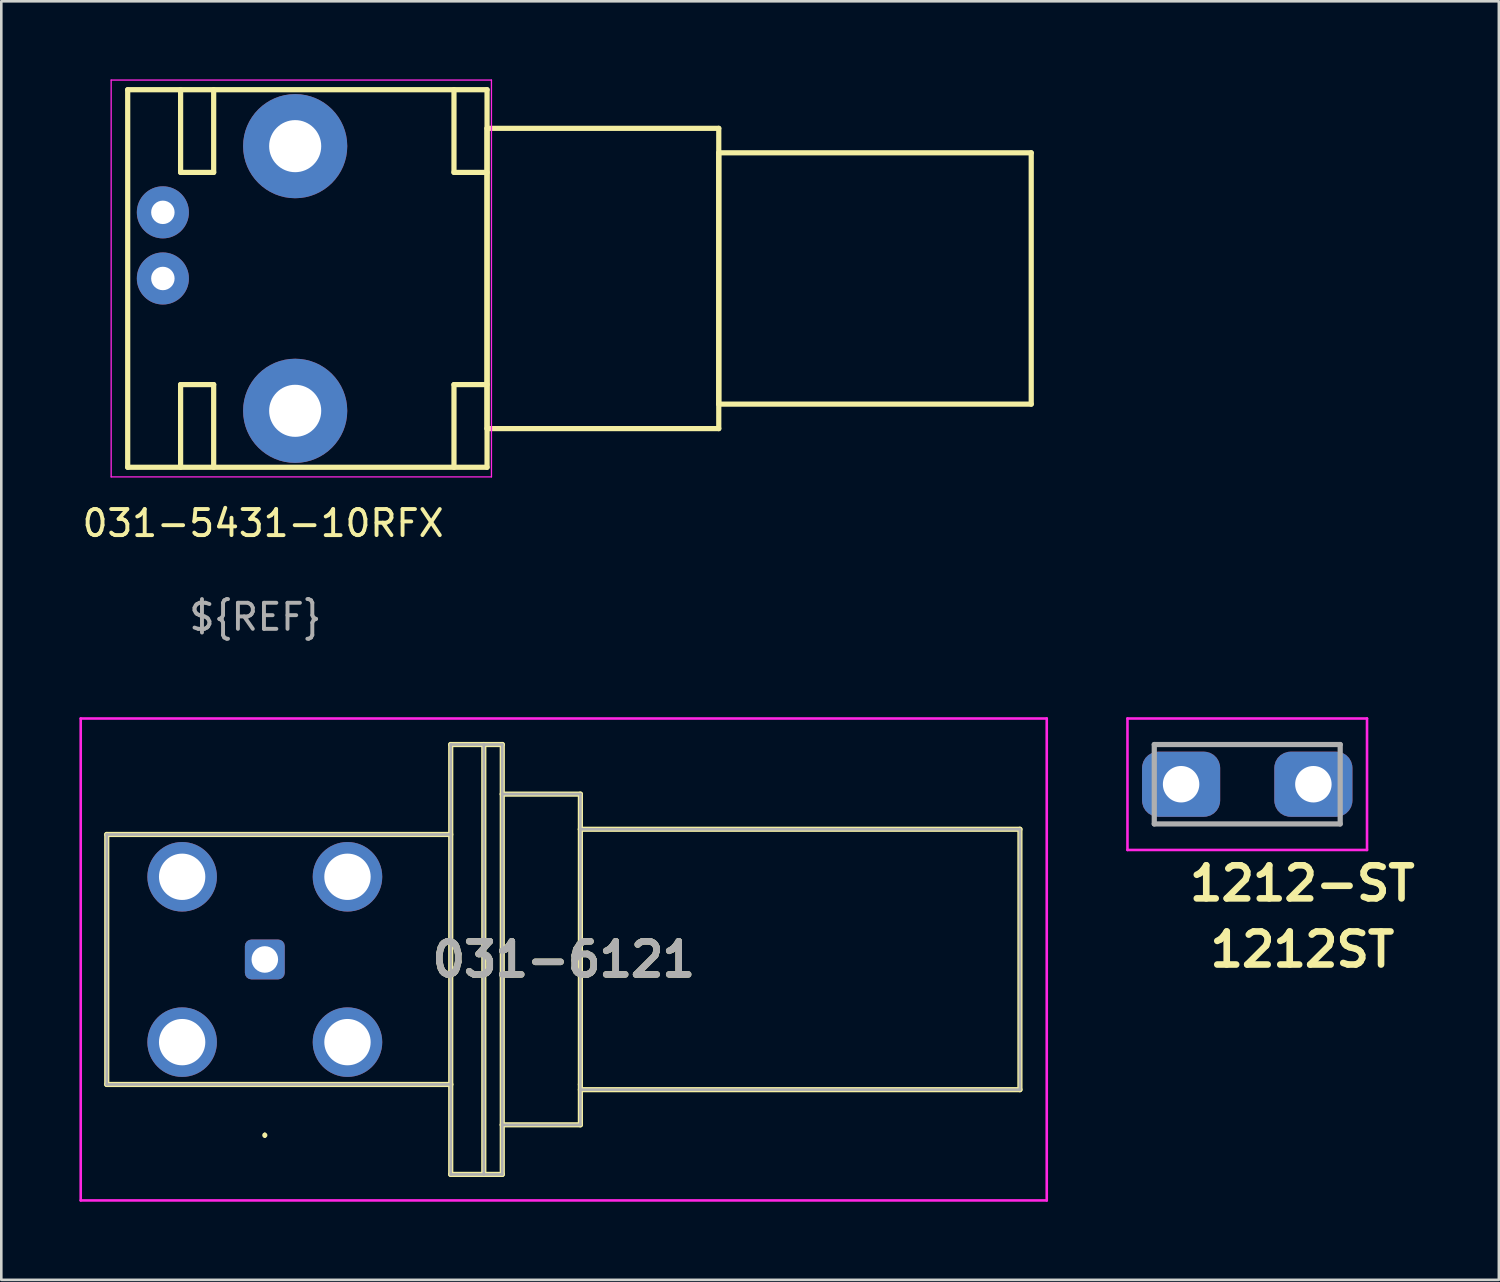
<source format=kicad_pcb>
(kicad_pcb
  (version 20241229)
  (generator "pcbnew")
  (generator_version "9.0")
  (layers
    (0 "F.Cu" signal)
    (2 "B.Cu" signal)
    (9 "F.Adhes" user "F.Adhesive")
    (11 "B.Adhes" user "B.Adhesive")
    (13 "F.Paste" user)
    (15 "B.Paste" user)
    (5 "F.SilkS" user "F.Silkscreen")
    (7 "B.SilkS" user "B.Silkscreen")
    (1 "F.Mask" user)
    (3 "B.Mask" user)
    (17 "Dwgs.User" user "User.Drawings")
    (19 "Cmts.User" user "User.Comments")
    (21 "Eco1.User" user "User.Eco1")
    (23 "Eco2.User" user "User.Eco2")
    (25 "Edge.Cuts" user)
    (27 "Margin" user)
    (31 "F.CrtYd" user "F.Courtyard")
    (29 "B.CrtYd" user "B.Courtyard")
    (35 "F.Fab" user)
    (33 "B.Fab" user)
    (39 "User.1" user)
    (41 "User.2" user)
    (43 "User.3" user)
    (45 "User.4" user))
  (footprint "031-6121"
    (layer "F.Cu")
    (at 7.12 33.798)
    (property "Reference" "031-6121" (at 11.48 0 0) (layer "F.SilkS") (effects (font (size 1.27 1.27) (thickness 0.254))))
    (attr through_hole)
    (fp_line (start -6.07 -4.8) (end -6.07 4.8) (stroke (width 0.2) (type solid)) (layer "F.SilkS"))
    (fp_line (start -6.07 4.8) (end 7.14 4.8) (stroke (width 0.2) (type solid)) (layer "F.SilkS"))
    (fp_line (start 0 6.7) (end 0 6.7) (stroke (width 0.1) (type solid)) (layer "F.SilkS"))
    (fp_line (start 0 6.8) (end 0 6.8) (stroke (width 0.1) (type solid)) (layer "F.SilkS"))
    (fp_line (start 7.14 -8.255) (end 9.12 -8.255) (stroke (width 0.2) (type solid)) (layer "F.SilkS"))
    (fp_line (start 7.14 -4.8) (end -6.07 -4.8) (stroke (width 0.2) (type solid)) (layer "F.SilkS"))
    (fp_line (start 7.14 4.8) (end 7.14 -8.255) (stroke (width 0.2) (type solid)) (layer "F.SilkS"))
    (fp_line (start 7.14 8.255) (end 7.14 4.8) (stroke (width 0.2) (type solid)) (layer "F.SilkS"))
    (fp_line (start 8.41 8.255) (end 8.41 -8.255) (stroke (width 0.2) (type solid)) (layer "F.SilkS"))
    (fp_line (start 9.12 -8.255) (end 9.12 -6.35) (stroke (width 0.2) (type solid)) (layer "F.SilkS"))
    (fp_line (start 9.12 -6.35) (end 12.12 -6.35) (stroke (width 0.2) (type solid)) (layer "F.SilkS"))
    (fp_line (start 9.12 6.35) (end 9.12 -6.35) (stroke (width 0.2) (type solid)) (layer "F.SilkS"))
    (fp_line (start 9.12 6.35) (end 9.12 8.255) (stroke (width 0.2) (type solid)) (layer "F.SilkS"))
    (fp_line (start 9.12 8.255) (end 7.14 8.255) (stroke (width 0.2) (type solid)) (layer "F.SilkS"))
    (fp_line (start 12.12 -6.35) (end 12.12 -5) (stroke (width 0.2) (type solid)) (layer "F.SilkS"))
    (fp_line (start 12.12 -5) (end 29 -5) (stroke (width 0.2) (type solid)) (layer "F.SilkS"))
    (fp_line (start 12.12 4.8) (end 12.12 -5) (stroke (width 0.2) (type solid)) (layer "F.SilkS"))
    (fp_line (start 12.12 4.8) (end 12.12 6.35) (stroke (width 0.2) (type solid)) (layer "F.SilkS"))
    (fp_line (start 12.12 6.35) (end 9.12 6.35) (stroke (width 0.2) (type solid)) (layer "F.SilkS"))
    (fp_line (start 29 -5) (end 29 5) (stroke (width 0.2) (type solid)) (layer "F.SilkS"))
    (fp_line (start 29 5) (end 12.12 5) (stroke (width 0.2) (type solid)) (layer "F.SilkS"))
    (fp_arc (start 0 6.7) (mid 0.05 6.75) (end 0 6.8) (stroke (width 0.1) (type solid)) (layer "F.SilkS"))
    (fp_arc (start 0 6.8) (mid -0.05 6.75) (end 0 6.7) (stroke (width 0.1) (type solid)) (layer "F.SilkS"))
    (fp_line (start -7.07 -9.255) (end 30.03 -9.255) (stroke (width 0.1) (type solid)) (layer "F.CrtYd"))
    (fp_line (start -7.07 9.255) (end -7.07 -9.255) (stroke (width 0.1) (type solid)) (layer "F.CrtYd"))
    (fp_line (start 30.03 -9.255) (end 30.03 9.255) (stroke (width 0.1) (type solid)) (layer "F.CrtYd"))
    (fp_line (start 30.03 9.255) (end -7.07 9.255) (stroke (width 0.1) (type solid)) (layer "F.CrtYd"))
    (fp_line (start -6.07 -4.8) (end 7.14 -4.8) (stroke (width 0.1) (type solid)) (layer "F.Fab"))
    (fp_line (start -6.07 4.8) (end -6.07 -4.8) (stroke (width 0.1) (type solid)) (layer "F.Fab"))
    (fp_line (start 7.14 -8.255) (end 9.12 -8.255) (stroke (width 0.1) (type solid)) (layer "F.Fab"))
    (fp_line (start 7.14 -4.8) (end 7.14 -8.255) (stroke (width 0.1) (type solid)) (layer "F.Fab"))
    (fp_line (start 7.14 -4.8) (end 7.14 4.8) (stroke (width 0.1) (type solid)) (layer "F.Fab"))
    (fp_line (start 7.14 4.8) (end -6.07 4.8) (stroke (width 0.1) (type solid)) (layer "F.Fab"))
    (fp_line (start 7.14 8.255) (end 7.14 4.8) (stroke (width 0.1) (type solid)) (layer "F.Fab"))
    (fp_line (start 8.41 -8.255) (end 8.41 8.255) (stroke (width 0.1) (type solid)) (layer "F.Fab"))
    (fp_line (start 9.12 -8.255) (end 9.12 8.255) (stroke (width 0.1) (type solid)) (layer "F.Fab"))
    (fp_line (start 9.12 -6.35) (end 12.12 -6.35) (stroke (width 0.1) (type solid)) (layer "F.Fab"))
    (fp_line (start 9.12 8.255) (end 7.14 8.255) (stroke (width 0.1) (type solid)) (layer "F.Fab"))
    (fp_line (start 12.12 -6.35) (end 12.12 6.35) (stroke (width 0.1) (type solid)) (layer "F.Fab"))
    (fp_line (start 12.12 -5) (end 29 -5) (stroke (width 0.1) (type solid)) (layer "F.Fab"))
    (fp_line (start 12.12 6.35) (end 9.12 6.35) (stroke (width 0.1) (type solid)) (layer "F.Fab"))
    (fp_line (start 29 -5) (end 29 5) (stroke (width 0.1) (type solid)) (layer "F.Fab"))
    (fp_line (start 29 5) (end 12.12 5) (stroke (width 0.1) (type solid)) (layer "F.Fab"))
    (fp_text user "${REFERENCE}" (at 11.48 0 0) (layer "F.Fab") (effects (font (size 1.27 1.27) (thickness 0.254))))
    (pad "1" thru_hole roundrect (at 0 0) (size 1.53 1.53) (drill 1.02) (layers "*.Cu" "*.Mask") (roundrect_rratio 0.163))
    (pad "2" thru_hole circle (at -3.175 -3.175) (size 2.67 2.67) (drill 1.78) (layers "*.Cu" "*.Mask"))
    (pad "2" thru_hole circle (at -3.175 3.175) (size 2.67 2.67) (drill 1.78) (layers "*.Cu" "*.Mask"))
    (pad "2" thru_hole circle (at 3.175 -3.175) (size 2.67 2.67) (drill 1.78) (layers "*.Cu" "*.Mask"))
    (pad "2" thru_hole circle (at 3.175 3.175) (size 2.67 2.67) (drill 1.78) (layers "*.Cu" "*.Mask")))
  (footprint "1212-ST"
    (layer "F.Cu")
    (at 44.85 27.068)
    (property "Reference" "1212-ST" (at 2.115 3.81 0) (layer "F.SilkS") (effects (font (size 1.27 1.27) (thickness 0.254))))
    (property "Value" "1212ST" (at 2.115 -3.81 0) (layer "F.SilkS") (hide yes) (effects (font (size 1.27 1.27) (thickness 0.254))))
    (attr through_hole)
    (fp_line (start -3.57 -1.525) (end 3.6 -1.525) (stroke (width 0.1) (type solid)) (layer "F.SilkS"))
    (fp_line (start -3.57 1.525) (end 3.57 1.525) (stroke (width 0.1) (type solid)) (layer "F.SilkS"))
    (fp_line (start -4.6 -2.525) (end 4.6 -2.525) (stroke (width 0.1) (type solid)) (layer "F.CrtYd"))
    (fp_line (start -4.6 2.525) (end -4.6 -2.525) (stroke (width 0.1) (type solid)) (layer "F.CrtYd"))
    (fp_line (start 4.6 -2.525) (end 4.6 2.525) (stroke (width 0.1) (type solid)) (layer "F.CrtYd"))
    (fp_line (start 4.6 2.525) (end -4.6 2.525) (stroke (width 0.1) (type solid)) (layer "F.CrtYd"))
    (fp_line (start -3.57 -1.525) (end 3.57 -1.525) (stroke (width 0.2) (type solid)) (layer "F.Fab"))
    (fp_line (start -3.57 1.525) (end -3.57 -1.525) (stroke (width 0.2) (type solid)) (layer "F.Fab"))
    (fp_line (start 3.57 -1.525) (end 3.57 1.525) (stroke (width 0.2) (type solid)) (layer "F.Fab"))
    (fp_line (start 3.57 1.525) (end -3.57 1.525) (stroke (width 0.2) (type solid)) (layer "F.Fab"))
    (fp_text user "${VALUE}" (at 2.115 6.35 0) (layer "F.SilkS") (effects (font (size 1.27 1.27) (thickness 0.254))))
    (pad "1" thru_hole roundrect (at -2.54 0) (size 3 2.5) (drill 1.4) (layers "*.Cu" "*.Mask") (roundrect_rratio 0.25))
    (pad "1" thru_hole roundrect (at 2.54 0) (size 3 2.5) (drill 1.4) (layers "*.Cu" "*.Mask") (roundrect_rratio 0.25)))
  (footprint "031-5431-10RFX"
    (layer "F.Cu")
    (at 1.854 7.645)
    (property "Reference" "031-5431-10RFX" (at 5.2 9.4 0) (unlocked yes) (layer "F.SilkS") (effects (font (size 1 1) (thickness 0.15))))
    (attr smd)
    (fp_line (start 0 -7.25) (end 13.801 -7.25) (stroke (width 0.2) (type solid)) (layer "F.SilkS"))
    (fp_line (start 0 7.25) (end 0 -7.25) (stroke (width 0.2) (type solid)) (layer "F.SilkS"))
    (fp_line (start 0 7.25) (end 13.801 7.25) (stroke (width 0.2) (type solid)) (layer "F.SilkS"))
    (fp_line (start 2.032 -4.075) (end 2.032 -7.25) (stroke (width 0.2) (type solid)) (layer "F.SilkS"))
    (fp_line (start 2.032 4.075) (end 3.302 4.075) (stroke (width 0.2) (type solid)) (layer "F.SilkS"))
    (fp_line (start 2.032 7.25) (end 2.032 4.075) (stroke (width 0.2) (type solid)) (layer "F.SilkS"))
    (fp_line (start 3.302 -7.25) (end 3.302 -4.075) (stroke (width 0.2) (type solid)) (layer "F.SilkS"))
    (fp_line (start 3.302 -4.075) (end 2.032 -4.075) (stroke (width 0.2) (type solid)) (layer "F.SilkS"))
    (fp_line (start 3.302 4.075) (end 3.302 7.25) (stroke (width 0.2) (type solid)) (layer "F.SilkS"))
    (fp_line (start 12.531 -4.075) (end 12.531 -7.25) (stroke (width 0.2) (type solid)) (layer "F.SilkS"))
    (fp_line (start 12.531 4.075) (end 13.801 4.075) (stroke (width 0.2) (type solid)) (layer "F.SilkS"))
    (fp_line (start 12.531 7.25) (end 12.531 4.075) (stroke (width 0.2) (type solid)) (layer "F.SilkS"))
    (fp_line (start 13.801 -5.766) (end 22.7 -5.766) (stroke (width 0.2) (type solid)) (layer "F.SilkS"))
    (fp_line (start 13.801 -4.075) (end 12.531 -4.075) (stroke (width 0.2) (type solid)) (layer "F.SilkS"))
    (fp_line (start 13.801 5.766) (end 13.801 -5.766) (stroke (width 0.2) (type solid)) (layer "F.SilkS"))
    (fp_line (start 13.801 5.766) (end 22.7 5.766) (stroke (width 0.2) (type solid)) (layer "F.SilkS"))
    (fp_line (start 13.801 7.25) (end 13.801 -7.25) (stroke (width 0.2) (type solid)) (layer "F.SilkS"))
    (fp_line (start 22.7 -4.826) (end 34.7 -4.826) (stroke (width 0.2) (type solid)) (layer "F.SilkS"))
    (fp_line (start 22.7 4.826) (end 22.7 -4.826) (stroke (width 0.2) (type solid)) (layer "F.SilkS"))
    (fp_line (start 22.7 4.826) (end 34.7 4.826) (stroke (width 0.2) (type solid)) (layer "F.SilkS"))
    (fp_line (start 22.7 5.766) (end 22.7 -5.766) (stroke (width 0.2) (type solid)) (layer "F.SilkS"))
    (fp_line (start 34.7 4.826) (end 34.7 -4.826) (stroke (width 0.2) (type solid)) (layer "F.SilkS"))
    (fp_line (start -0.635 -7.62) (end 13.97 -7.62) (stroke (width 0.05) (type default)) (layer "F.CrtYd"))
    (fp_line (start -0.635 7.62) (end -0.635 -7.62) (stroke (width 0.05) (type default)) (layer "F.CrtYd"))
    (fp_line (start 13.97 -7.62) (end 13.97 7.62) (stroke (width 0.05) (type default)) (layer "F.CrtYd"))
    (fp_line (start 13.97 7.62) (end -0.635 7.62) (stroke (width 0.05) (type default)) (layer "F.CrtYd"))
    (fp_text user "${REF}" (at 4.9 13 0) (unlocked yes) (layer "F.Fab") (effects (font (size 1 1) (thickness 0.15))))
    (pad "" thru_hole circle (at 6.432 -5.082) (size 4 4) (drill 2) (layers "*.Cu" "*.Mask"))
    (pad "" thru_hole circle (at 6.432 5.082) (size 4 4) (drill 2) (layers "*.Cu" "*.Mask"))
    (pad "1" thru_hole circle (at 1.351 0) (size 2 2) (drill 0.9) (layers "*.Cu" "*.Mask"))
    (pad "2" thru_hole circle (at 1.351 -2.54) (size 2 2) (drill 0.9) (layers "*.Cu" "*.Mask")))
  (gr_rect
    (start -3 -3)
    (end 54.513 46.103)
    (stroke (width 0.1) (type default))
    (fill no)
    (layer "Edge.Cuts")))
</source>
